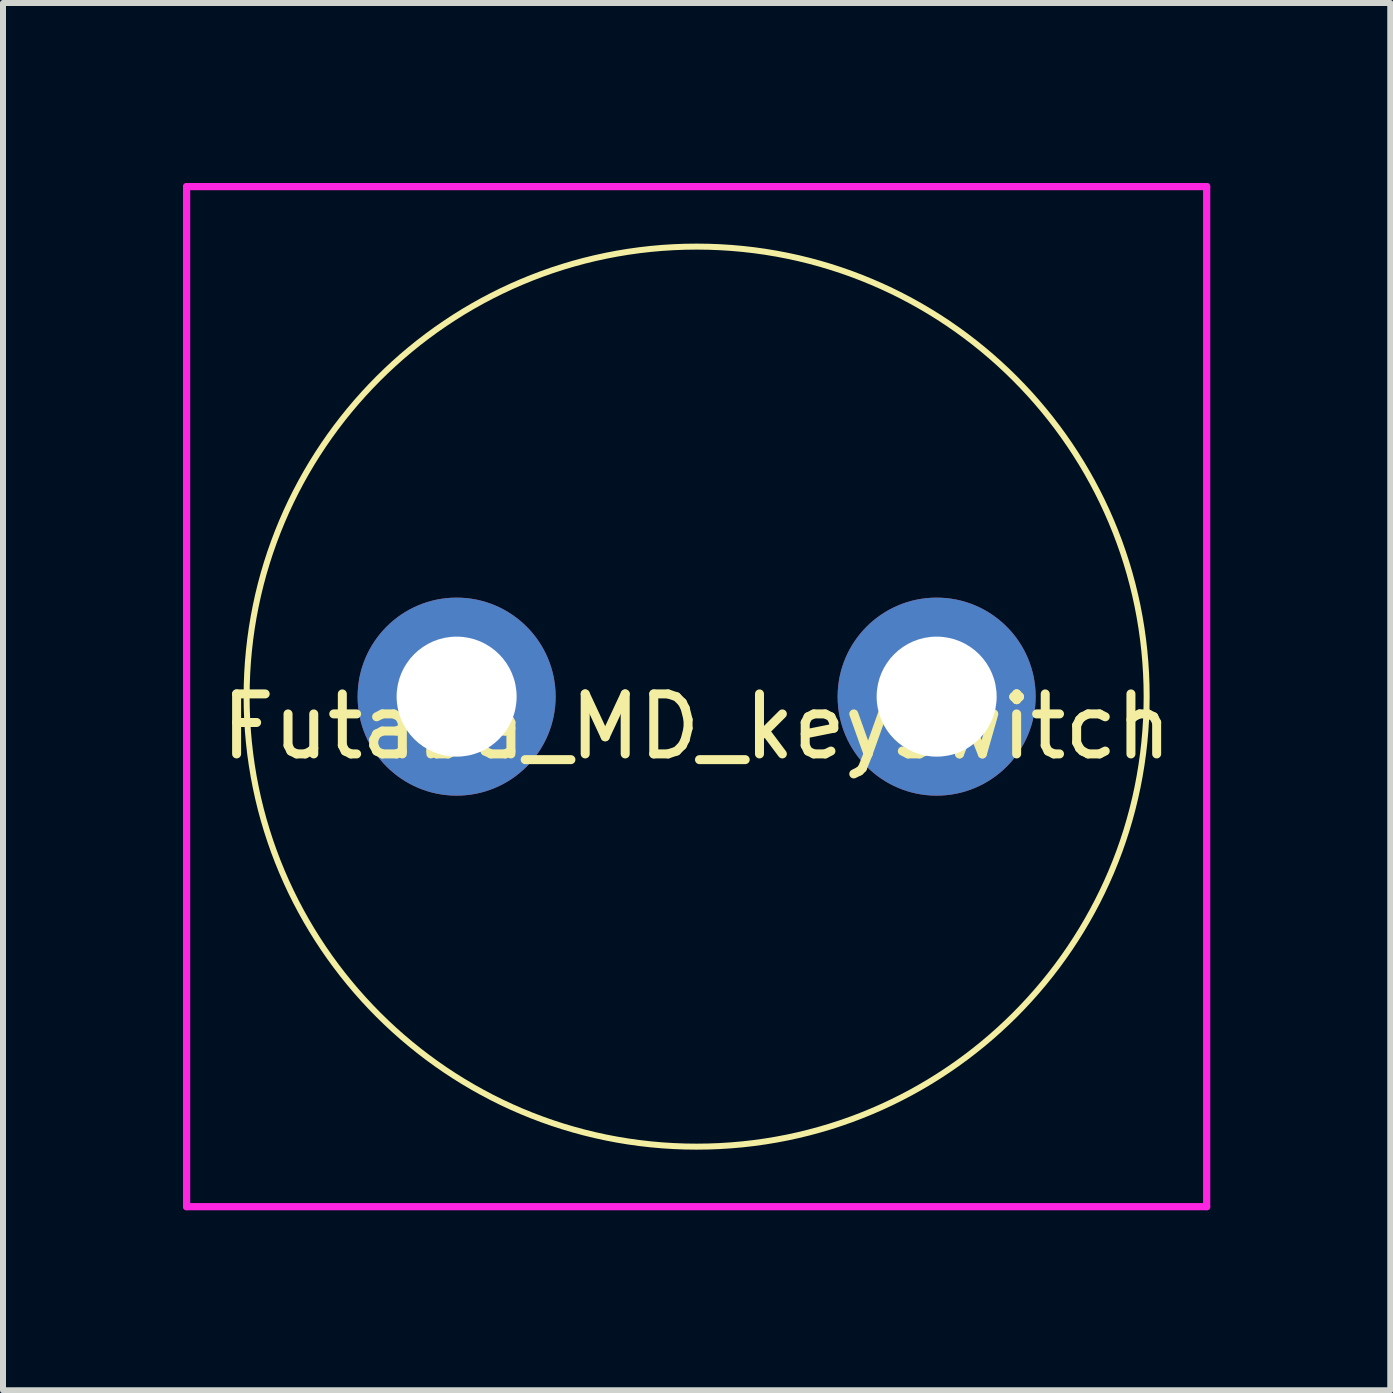
<source format=kicad_pcb>
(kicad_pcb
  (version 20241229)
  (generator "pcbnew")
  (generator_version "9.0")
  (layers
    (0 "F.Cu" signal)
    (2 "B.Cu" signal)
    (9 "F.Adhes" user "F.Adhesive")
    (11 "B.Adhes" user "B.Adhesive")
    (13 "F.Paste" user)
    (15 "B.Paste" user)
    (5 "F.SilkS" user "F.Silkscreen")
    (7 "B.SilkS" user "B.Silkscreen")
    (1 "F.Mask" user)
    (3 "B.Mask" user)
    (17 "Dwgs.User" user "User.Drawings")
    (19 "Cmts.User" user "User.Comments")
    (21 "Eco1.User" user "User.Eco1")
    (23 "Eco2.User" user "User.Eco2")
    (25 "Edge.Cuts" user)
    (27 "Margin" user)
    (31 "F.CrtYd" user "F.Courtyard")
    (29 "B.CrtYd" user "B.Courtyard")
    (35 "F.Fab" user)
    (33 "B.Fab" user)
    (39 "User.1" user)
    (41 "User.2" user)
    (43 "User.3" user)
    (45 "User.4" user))
  (footprint "Futaba_MD_keyswitch"
    (layer "F.Cu")
    (at 8.56 8.56)
    (property "Reference" "Futaba_MD_keyswitch" (at 0 0.5 0) (layer "F.SilkS") (effects (font (size 1 1) (thickness 0.15))))
    (attr through_hole)
    (fp_circle (center 0 0) (end 7.5 0) (stroke (width 0.1) (type solid)) (fill no) (layer "F.SilkS"))
    (fp_line (start -8.5 -8.5) (end 8.5 -8.5) (stroke (width 0.12) (type solid)) (layer "F.CrtYd"))
    (fp_line (start -8.5 8.5) (end -8.5 -8.5) (stroke (width 0.12) (type solid)) (layer "F.CrtYd"))
    (fp_line (start 8.5 -8.5) (end 8.5 8.5) (stroke (width 0.12) (type solid)) (layer "F.CrtYd"))
    (fp_line (start 8.5 8.5) (end -8.5 8.5) (stroke (width 0.12) (type solid)) (layer "F.CrtYd"))
    (pad "1" thru_hole circle (at -4 0) (size 3.3 3.3) (drill 2) (layers "*.Cu" "*.Mask"))
    (pad "2" thru_hole circle (at 4 0) (size 3.3 3.3) (drill 2) (layers "*.Cu" "*.Mask")))
  (gr_rect
    (start -3 -3)
    (end 20.12 20.12)
    (stroke (width 0.1) (type default))
    (fill no)
    (layer "Edge.Cuts")))
</source>
